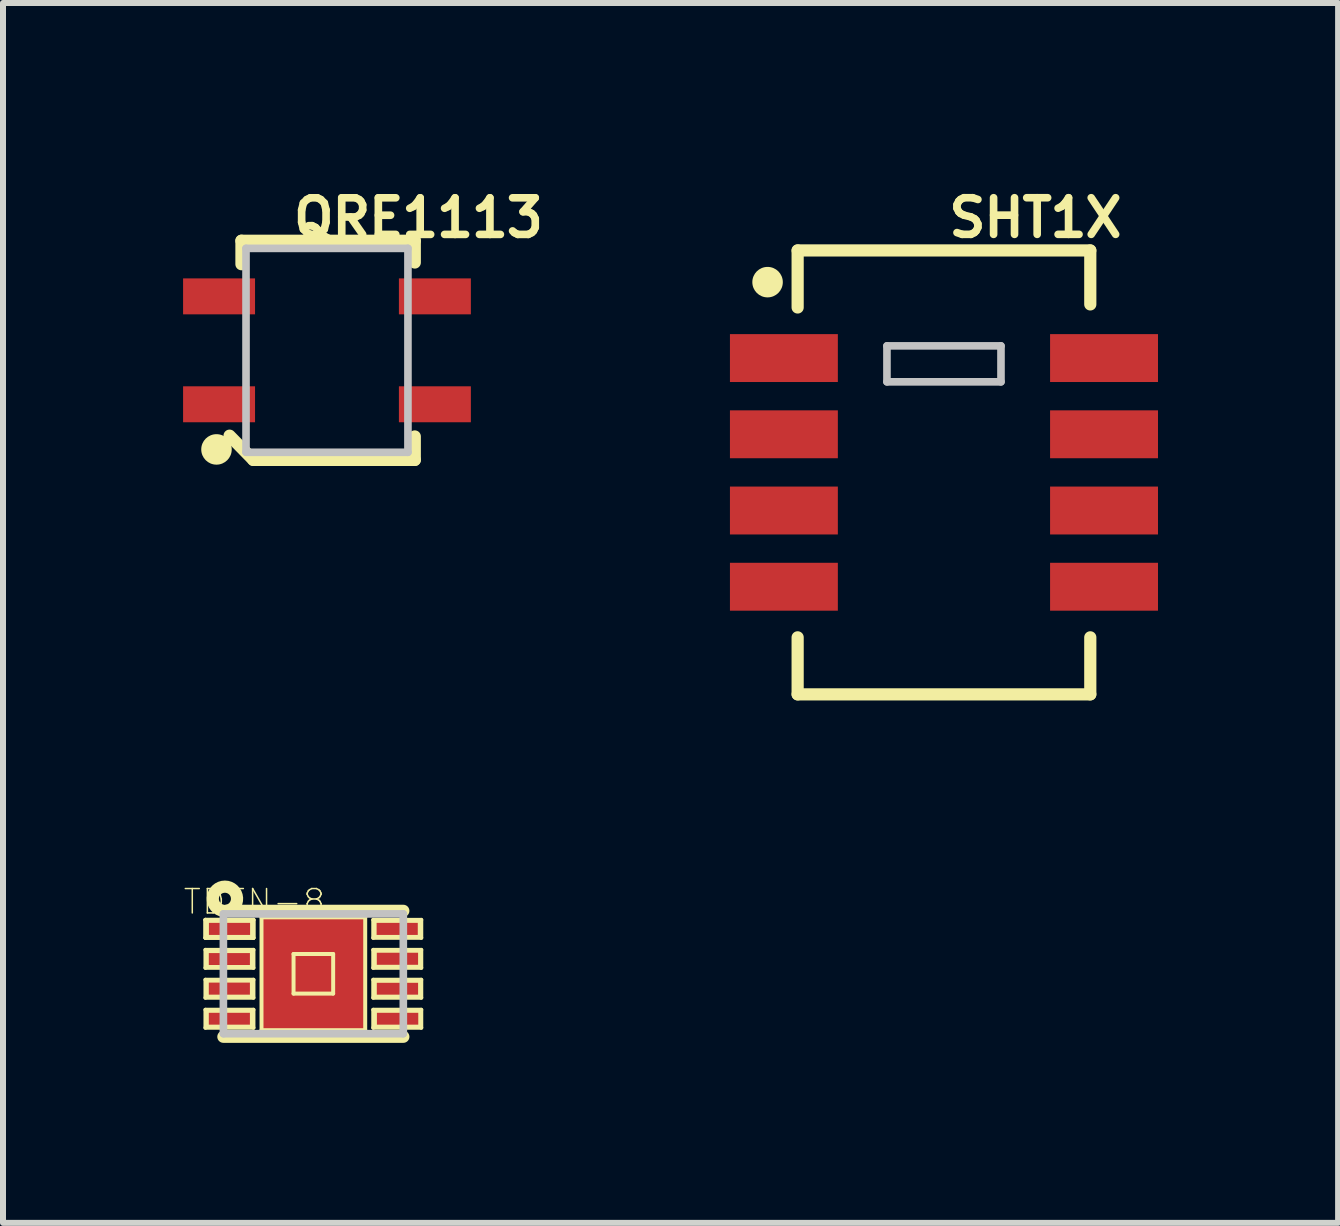
<source format=kicad_pcb>
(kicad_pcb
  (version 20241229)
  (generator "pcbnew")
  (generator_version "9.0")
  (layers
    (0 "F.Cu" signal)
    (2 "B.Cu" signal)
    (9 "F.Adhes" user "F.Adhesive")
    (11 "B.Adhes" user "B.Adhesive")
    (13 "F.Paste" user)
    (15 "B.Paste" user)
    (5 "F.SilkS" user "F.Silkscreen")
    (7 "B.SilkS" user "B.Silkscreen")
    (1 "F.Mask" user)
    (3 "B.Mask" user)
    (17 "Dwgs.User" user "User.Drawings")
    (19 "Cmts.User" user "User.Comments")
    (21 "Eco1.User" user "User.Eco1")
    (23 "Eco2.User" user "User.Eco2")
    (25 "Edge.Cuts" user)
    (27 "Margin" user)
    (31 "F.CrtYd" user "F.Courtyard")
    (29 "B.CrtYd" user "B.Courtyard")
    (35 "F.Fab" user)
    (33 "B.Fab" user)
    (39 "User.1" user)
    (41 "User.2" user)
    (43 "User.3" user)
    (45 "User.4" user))
  (footprint "SHT1X"
    (layer "F.Cu")
    (at 12.678 4.821)
    (property "Reference" "SHT1X" (at 1.524 -4.242 0) (layer "F.SilkS") (effects (font (size 0.61 0.61) (thickness 0.127))))
    (attr smd)
    (fp_line (start -2.438 -3.698) (end 2.438 -3.698) (stroke (width 0.203) (type solid)) (layer "F.SilkS"))
    (fp_line (start -2.438 -2.748) (end -2.438 -3.698) (stroke (width 0.203) (type solid)) (layer "F.SilkS"))
    (fp_line (start -2.438 3.698) (end -2.438 2.748) (stroke (width 0.203) (type solid)) (layer "F.SilkS"))
    (fp_line (start 2.438 -3.698) (end 2.438 -2.799) (stroke (width 0.203) (type solid)) (layer "F.SilkS"))
    (fp_line (start 2.438 2.748) (end 2.438 3.698) (stroke (width 0.203) (type solid)) (layer "F.SilkS"))
    (fp_line (start 2.438 3.698) (end -2.438 3.698) (stroke (width 0.203) (type solid)) (layer "F.SilkS"))
    (fp_circle (center -2.939 -3.17) (end -2.939 -3.424) (stroke (width 0) (type solid)) (fill yes) (layer "F.SilkS"))
    (fp_line (start -0.95 -2.108) (end 0.95 -2.108) (stroke (width 0.127) (type solid)) (layer "Dwgs.User"))
    (fp_line (start -0.95 -1.509) (end -0.95 -2.108) (stroke (width 0.127) (type solid)) (layer "Dwgs.User"))
    (fp_line (start 0.95 -2.108) (end 0.95 -1.509) (stroke (width 0.127) (type solid)) (layer "Dwgs.User"))
    (fp_line (start 0.95 -1.509) (end -0.95 -1.509) (stroke (width 0.127) (type solid)) (layer "Dwgs.User"))
    (pad "1" smd rect (at -2.667 -1.905 180) (size 1.798 0.798) (layers "F.Cu" "F.Mask" "F.Paste"))
    (pad "2" smd rect (at -2.667 -0.635 180) (size 1.798 0.798) (layers "F.Cu" "F.Mask" "F.Paste"))
    (pad "3" smd rect (at -2.667 0.635 180) (size 1.798 0.798) (layers "F.Cu" "F.Mask" "F.Paste"))
    (pad "4" smd rect (at -2.667 1.905 180) (size 1.798 0.798) (layers "F.Cu" "F.Mask" "F.Paste"))
    (pad "5" smd rect (at 2.667 1.905 180) (size 1.798 0.798) (layers "F.Cu" "F.Mask" "F.Paste"))
    (pad "6" smd rect (at 2.667 0.635 180) (size 1.798 0.798) (layers "F.Cu" "F.Mask" "F.Paste"))
    (pad "7" smd rect (at 2.667 -0.635 180) (size 1.798 0.798) (layers "F.Cu" "F.Mask" "F.Paste"))
    (pad "8" smd rect (at 2.667 -1.905 180) (size 1.798 0.798) (layers "F.Cu" "F.Mask" "F.Paste")))
  (footprint "TDFN-8"
    (layer "F.Cu")
    (at 2.171 13.175)
    (property "Reference" "TDFN-8" (at -0.983 -1.201 0) (layer "F.SilkS") (effects (font (size 0.406 0.406) (thickness 0.025))))
    (attr smd)
    (fp_line (start -1.798 -0.899) (end -0.998 -0.899) (stroke (width 0.066) (type solid)) (layer "F.SilkS"))
    (fp_line (start -1.798 -0.899) (end -0.998 -0.899) (stroke (width 0.066) (type solid)) (layer "F.SilkS"))
    (fp_line (start -1.798 -0.599) (end -1.798 -0.899) (stroke (width 0.066) (type solid)) (layer "F.SilkS"))
    (fp_line (start -1.798 -0.599) (end -1.798 -0.899) (stroke (width 0.066) (type solid)) (layer "F.SilkS"))
    (fp_line (start -1.798 -0.599) (end -0.998 -0.599) (stroke (width 0.066) (type solid)) (layer "F.SilkS"))
    (fp_line (start -1.798 -0.599) (end -0.998 -0.599) (stroke (width 0.066) (type solid)) (layer "F.SilkS"))
    (fp_line (start -1.798 -0.399) (end -0.998 -0.399) (stroke (width 0.066) (type solid)) (layer "F.SilkS"))
    (fp_line (start -1.798 -0.099) (end -1.798 -0.399) (stroke (width 0.066) (type solid)) (layer "F.SilkS"))
    (fp_line (start -1.798 -0.099) (end -0.998 -0.099) (stroke (width 0.066) (type solid)) (layer "F.SilkS"))
    (fp_line (start -1.798 0.099) (end -0.998 0.099) (stroke (width 0.066) (type solid)) (layer "F.SilkS"))
    (fp_line (start -1.798 0.399) (end -1.798 0.099) (stroke (width 0.066) (type solid)) (layer "F.SilkS"))
    (fp_line (start -1.798 0.399) (end -0.998 0.399) (stroke (width 0.066) (type solid)) (layer "F.SilkS"))
    (fp_line (start -1.798 0.599) (end -0.998 0.599) (stroke (width 0.066) (type solid)) (layer "F.SilkS"))
    (fp_line (start -1.798 0.899) (end -1.798 0.599) (stroke (width 0.066) (type solid)) (layer "F.SilkS"))
    (fp_line (start -1.798 0.899) (end -0.998 0.899) (stroke (width 0.066) (type solid)) (layer "F.SilkS"))
    (fp_line (start -1.775 -0.378) (end -1.024 -0.378) (stroke (width 0.066) (type solid)) (layer "F.SilkS"))
    (fp_line (start -1.775 -0.114) (end -1.775 -0.378) (stroke (width 0.066) (type solid)) (layer "F.SilkS"))
    (fp_line (start -1.775 -0.114) (end -1.024 -0.114) (stroke (width 0.066) (type solid)) (layer "F.SilkS"))
    (fp_line (start -1.775 0.114) (end -1.024 0.114) (stroke (width 0.066) (type solid)) (layer "F.SilkS"))
    (fp_line (start -1.775 0.381) (end -1.775 0.114) (stroke (width 0.066) (type solid)) (layer "F.SilkS"))
    (fp_line (start -1.775 0.381) (end -1.024 0.381) (stroke (width 0.066) (type solid)) (layer "F.SilkS"))
    (fp_line (start -1.775 0.617) (end -1.024 0.617) (stroke (width 0.066) (type solid)) (layer "F.SilkS"))
    (fp_line (start -1.775 0.881) (end -1.775 0.617) (stroke (width 0.066) (type solid)) (layer "F.SilkS"))
    (fp_line (start -1.775 0.881) (end -1.024 0.881) (stroke (width 0.066) (type solid)) (layer "F.SilkS"))
    (fp_line (start -1.773 -0.881) (end -1.021 -0.881) (stroke (width 0.066) (type solid)) (layer "F.SilkS"))
    (fp_line (start -1.773 -0.615) (end -1.773 -0.881) (stroke (width 0.066) (type solid)) (layer "F.SilkS"))
    (fp_line (start -1.773 -0.615) (end -1.021 -0.615) (stroke (width 0.066) (type solid)) (layer "F.SilkS"))
    (fp_line (start -1.499 -1.049) (end -1.448 -1.049) (stroke (width 0.127) (type solid)) (layer "F.SilkS"))
    (fp_line (start -1.499 1.049) (end 1.499 1.049) (stroke (width 0.203) (type solid)) (layer "F.SilkS"))
    (fp_line (start -1.448 -1.049) (end 1.499 -1.049) (stroke (width 0.203) (type solid)) (layer "F.SilkS"))
    (fp_line (start -1.024 -0.114) (end -1.024 -0.378) (stroke (width 0.066) (type solid)) (layer "F.SilkS"))
    (fp_line (start -1.024 0.381) (end -1.024 0.114) (stroke (width 0.066) (type solid)) (layer "F.SilkS"))
    (fp_line (start -1.024 0.881) (end -1.024 0.617) (stroke (width 0.066) (type solid)) (layer "F.SilkS"))
    (fp_line (start -1.021 -0.615) (end -1.021 -0.881) (stroke (width 0.066) (type solid)) (layer "F.SilkS"))
    (fp_line (start -0.998 -0.599) (end -0.998 -0.899) (stroke (width 0.066) (type solid)) (layer "F.SilkS"))
    (fp_line (start -0.998 -0.599) (end -0.998 -0.899) (stroke (width 0.066) (type solid)) (layer "F.SilkS"))
    (fp_line (start -0.998 -0.099) (end -0.998 -0.399) (stroke (width 0.066) (type solid)) (layer "F.SilkS"))
    (fp_line (start -0.998 0.399) (end -0.998 0.099) (stroke (width 0.066) (type solid)) (layer "F.SilkS"))
    (fp_line (start -0.998 0.899) (end -0.998 0.599) (stroke (width 0.066) (type solid)) (layer "F.SilkS"))
    (fp_line (start -0.864 -0.94) (end 0.864 -0.94) (stroke (width 0.066) (type solid)) (layer "F.SilkS"))
    (fp_line (start -0.864 0.94) (end -0.864 -0.94) (stroke (width 0.066) (type solid)) (layer "F.SilkS"))
    (fp_line (start -0.864 0.94) (end 0.864 0.94) (stroke (width 0.066) (type solid)) (layer "F.SilkS"))
    (fp_line (start -0.33 -0.33) (end 0.33 -0.33) (stroke (width 0.066) (type solid)) (layer "F.SilkS"))
    (fp_line (start -0.33 0.33) (end -0.33 -0.33) (stroke (width 0.066) (type solid)) (layer "F.SilkS"))
    (fp_line (start -0.33 0.33) (end 0.33 0.33) (stroke (width 0.066) (type solid)) (layer "F.SilkS"))
    (fp_line (start 0.33 0.33) (end 0.33 -0.33) (stroke (width 0.066) (type solid)) (layer "F.SilkS"))
    (fp_line (start 0.864 0.94) (end 0.864 -0.94) (stroke (width 0.066) (type solid)) (layer "F.SilkS"))
    (fp_line (start 0.998 -0.899) (end 1.798 -0.899) (stroke (width 0.066) (type solid)) (layer "F.SilkS"))
    (fp_line (start 0.998 -0.599) (end 0.998 -0.899) (stroke (width 0.066) (type solid)) (layer "F.SilkS"))
    (fp_line (start 0.998 -0.599) (end 1.798 -0.599) (stroke (width 0.066) (type solid)) (layer "F.SilkS"))
    (fp_line (start 0.998 -0.399) (end 1.798 -0.399) (stroke (width 0.066) (type solid)) (layer "F.SilkS"))
    (fp_line (start 0.998 -0.099) (end 0.998 -0.399) (stroke (width 0.066) (type solid)) (layer "F.SilkS"))
    (fp_line (start 0.998 -0.099) (end 1.798 -0.099) (stroke (width 0.066) (type solid)) (layer "F.SilkS"))
    (fp_line (start 0.998 0.099) (end 1.798 0.099) (stroke (width 0.066) (type solid)) (layer "F.SilkS"))
    (fp_line (start 0.998 0.399) (end 0.998 0.099) (stroke (width 0.066) (type solid)) (layer "F.SilkS"))
    (fp_line (start 0.998 0.399) (end 1.798 0.399) (stroke (width 0.066) (type solid)) (layer "F.SilkS"))
    (fp_line (start 0.998 0.599) (end 1.798 0.599) (stroke (width 0.066) (type solid)) (layer "F.SilkS"))
    (fp_line (start 0.998 0.899) (end 0.998 0.599) (stroke (width 0.066) (type solid)) (layer "F.SilkS"))
    (fp_line (start 0.998 0.899) (end 1.798 0.899) (stroke (width 0.066) (type solid)) (layer "F.SilkS"))
    (fp_line (start 1.021 -0.881) (end 1.773 -0.881) (stroke (width 0.066) (type solid)) (layer "F.SilkS"))
    (fp_line (start 1.021 -0.615) (end 1.021 -0.881) (stroke (width 0.066) (type solid)) (layer "F.SilkS"))
    (fp_line (start 1.021 -0.615) (end 1.773 -0.615) (stroke (width 0.066) (type solid)) (layer "F.SilkS"))
    (fp_line (start 1.024 -0.384) (end 1.778 -0.384) (stroke (width 0.066) (type solid)) (layer "F.SilkS"))
    (fp_line (start 1.024 -0.117) (end 1.024 -0.384) (stroke (width 0.066) (type solid)) (layer "F.SilkS"))
    (fp_line (start 1.024 -0.117) (end 1.778 -0.117) (stroke (width 0.066) (type solid)) (layer "F.SilkS"))
    (fp_line (start 1.024 0.117) (end 1.778 0.117) (stroke (width 0.066) (type solid)) (layer "F.SilkS"))
    (fp_line (start 1.024 0.381) (end 1.024 0.117) (stroke (width 0.066) (type solid)) (layer "F.SilkS"))
    (fp_line (start 1.024 0.381) (end 1.778 0.381) (stroke (width 0.066) (type solid)) (layer "F.SilkS"))
    (fp_line (start 1.026 0.617) (end 1.781 0.617) (stroke (width 0.066) (type solid)) (layer "F.SilkS"))
    (fp_line (start 1.026 0.881) (end 1.026 0.617) (stroke (width 0.066) (type solid)) (layer "F.SilkS"))
    (fp_line (start 1.026 0.881) (end 1.781 0.881) (stroke (width 0.066) (type solid)) (layer "F.SilkS"))
    (fp_line (start 1.773 -0.615) (end 1.773 -0.881) (stroke (width 0.066) (type solid)) (layer "F.SilkS"))
    (fp_line (start 1.778 -0.117) (end 1.778 -0.384) (stroke (width 0.066) (type solid)) (layer "F.SilkS"))
    (fp_line (start 1.778 0.381) (end 1.778 0.117) (stroke (width 0.066) (type solid)) (layer "F.SilkS"))
    (fp_line (start 1.781 0.881) (end 1.781 0.617) (stroke (width 0.066) (type solid)) (layer "F.SilkS"))
    (fp_line (start 1.798 -0.599) (end 1.798 -0.899) (stroke (width 0.066) (type solid)) (layer "F.SilkS"))
    (fp_line (start 1.798 -0.099) (end 1.798 -0.399) (stroke (width 0.066) (type solid)) (layer "F.SilkS"))
    (fp_line (start 1.798 0.399) (end 1.798 0.099) (stroke (width 0.066) (type solid)) (layer "F.SilkS"))
    (fp_line (start 1.798 0.899) (end 1.798 0.599) (stroke (width 0.066) (type solid)) (layer "F.SilkS"))
    (fp_arc (start -1.4986 -1.04902) (mid -1.472973 -1.451941) (end -1.44825 -1.048964) (stroke (width 0.2032) (type solid)) (layer "F.SilkS"))
    (fp_line (start -1.499 -0.998) (end -1.499 0.998) (stroke (width 0.127) (type solid)) (layer "Dwgs.User"))
    (fp_line (start -1.499 0.998) (end 1.499 0.998) (stroke (width 0.127) (type solid)) (layer "Dwgs.User"))
    (fp_line (start 1.499 -0.998) (end -1.499 -0.998) (stroke (width 0.127) (type solid)) (layer "Dwgs.User"))
    (fp_line (start 1.499 0.998) (end 1.499 -0.998) (stroke (width 0.127) (type solid)) (layer "Dwgs.User"))
    (pad "1" smd rect (at -1.4 -0.749) (size 0.798 0.3) (layers "F.Cu" "F.Mask" "F.Paste"))
    (pad "2" smd rect (at -1.4 -0.249) (size 0.798 0.3) (layers "F.Cu" "F.Mask" "F.Paste"))
    (pad "3" smd rect (at -1.4 0.249) (size 0.798 0.3) (layers "F.Cu" "F.Mask" "F.Paste"))
    (pad "4" smd rect (at -1.4 0.749) (size 0.798 0.3) (layers "F.Cu" "F.Mask" "F.Paste"))
    (pad "5" smd rect (at 1.4 0.749) (size 0.798 0.3) (layers "F.Cu" "F.Mask" "F.Paste"))
    (pad "6" smd rect (at 1.4 0.249) (size 0.798 0.3) (layers "F.Cu" "F.Mask" "F.Paste"))
    (pad "7" smd rect (at 1.4 -0.249) (size 0.798 0.3) (layers "F.Cu" "F.Mask" "F.Paste"))
    (pad "8" smd rect (at 1.4 -0.749) (size 0.798 0.3) (layers "F.Cu" "F.Mask" "F.Paste"))
    (pad "EP" smd rect (at 0 0) (size 1.73 1.88) (layers "F.Cu" "F.Mask" "F.Paste")))
  (footprint "QRE1113"
    (layer "F.Cu")
    (at 2.398 2.787)
    (property "Reference" "QRE1113" (at 1.524 -2.207 0) (layer "F.SilkS") (effects (font (size 0.61 0.61) (thickness 0.127))))
    (attr smd)
    (fp_line (start -1.623 1.422) (end -1.227 1.826) (stroke (width 0.203) (type solid)) (layer "F.SilkS"))
    (fp_line (start -1.425 -1.826) (end 1.463 -1.826) (stroke (width 0.203) (type solid)) (layer "F.SilkS"))
    (fp_line (start -1.425 -1.435) (end -1.425 -1.826) (stroke (width 0.203) (type solid)) (layer "F.SilkS"))
    (fp_line (start -1.227 1.826) (end 1.463 1.826) (stroke (width 0.203) (type solid)) (layer "F.SilkS"))
    (fp_line (start 1.463 -1.826) (end 1.463 -1.463) (stroke (width 0.203) (type solid)) (layer "F.SilkS"))
    (fp_line (start 1.463 1.826) (end 1.463 1.435) (stroke (width 0.203) (type solid)) (layer "F.SilkS"))
    (fp_circle (center -1.841 1.651) (end -1.841 1.397) (stroke (width 0) (type solid)) (fill yes) (layer "F.SilkS"))
    (fp_line (start -1.349 -1.699) (end -1.349 1.699) (stroke (width 0.127) (type solid)) (layer "Dwgs.User"))
    (fp_line (start -1.349 1.699) (end 1.349 1.699) (stroke (width 0.127) (type solid)) (layer "Dwgs.User"))
    (fp_line (start 1.349 -1.699) (end -1.349 -1.699) (stroke (width 0.127) (type solid)) (layer "Dwgs.User"))
    (fp_line (start 1.349 1.699) (end 1.349 -1.699) (stroke (width 0.127) (type solid)) (layer "Dwgs.User"))
    (pad "1" smd rect (at -1.798 0.899) (size 1.199 0.599) (layers "F.Cu" "F.Mask" "F.Paste"))
    (pad "2" smd rect (at 1.798 0.899) (size 1.199 0.599) (layers "F.Cu" "F.Mask" "F.Paste"))
    (pad "3" smd rect (at 1.798 -0.899) (size 1.199 0.599) (layers "F.Cu" "F.Mask" "F.Paste"))
    (pad "4" smd rect (at -1.798 -0.899) (size 1.199 0.599) (layers "F.Cu" "F.Mask" "F.Paste")))
  (gr_rect
    (start -3 -3)
    (end 19.245 17.325)
    (stroke (width 0.1) (type default))
    (fill no)
    (layer "Edge.Cuts")))
</source>
